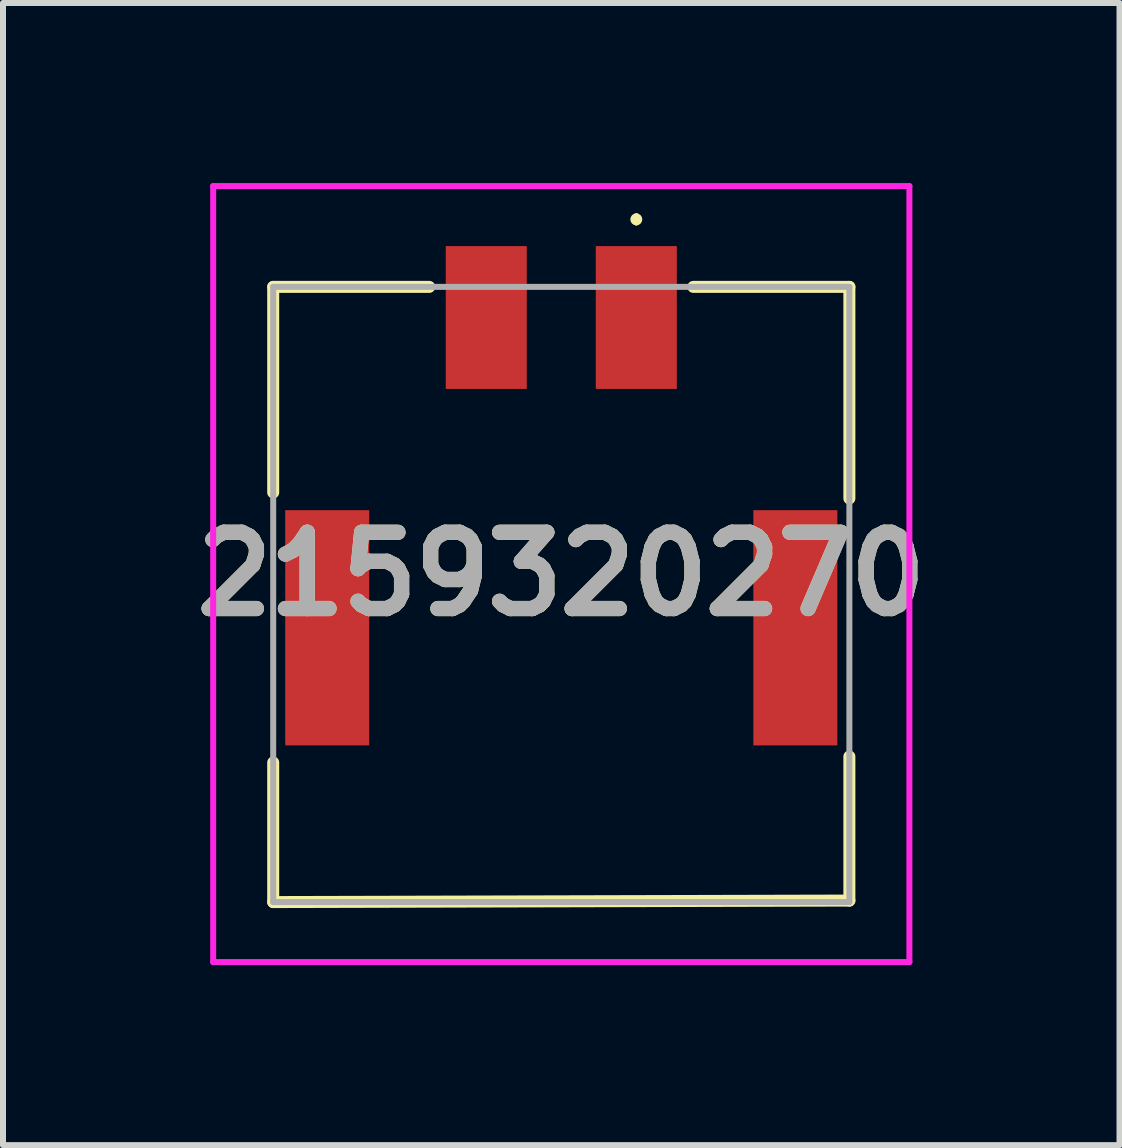
<source format=kicad_pcb>
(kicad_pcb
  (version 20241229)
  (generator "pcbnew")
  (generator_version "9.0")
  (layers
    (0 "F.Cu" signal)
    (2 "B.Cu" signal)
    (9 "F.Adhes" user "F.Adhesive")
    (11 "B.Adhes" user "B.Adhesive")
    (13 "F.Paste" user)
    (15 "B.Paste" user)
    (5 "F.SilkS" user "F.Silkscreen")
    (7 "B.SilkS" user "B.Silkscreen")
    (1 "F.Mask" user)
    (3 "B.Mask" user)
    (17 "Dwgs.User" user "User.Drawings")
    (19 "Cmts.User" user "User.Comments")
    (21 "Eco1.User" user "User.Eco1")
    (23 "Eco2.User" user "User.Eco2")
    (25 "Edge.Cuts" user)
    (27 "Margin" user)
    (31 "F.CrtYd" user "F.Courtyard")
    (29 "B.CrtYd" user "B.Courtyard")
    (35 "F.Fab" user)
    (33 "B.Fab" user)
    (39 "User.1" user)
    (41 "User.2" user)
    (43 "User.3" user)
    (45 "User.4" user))
  (footprint "2159320270"
    (layer "F.Cu")
    (at 6.302 6.855)
    (property "Reference" "2159320270" (at 0 -0.34 0) (layer "F.SilkS") (effects (font (size 1.27 1.27) (thickness 0.254))))
    (attr smd)
    (fp_line (start -4.8 -5.125) (end -4.8 -1.7) (stroke (width 0.2) (type solid)) (layer "F.SilkS"))
    (fp_line (start -4.8 2.8) (end -4.8 5.125) (stroke (width 0.2) (type solid)) (layer "F.SilkS"))
    (fp_line (start -4.8 5.125) (end 4.8 5.1) (stroke (width 0.2) (type solid)) (layer "F.SilkS"))
    (fp_line (start -2.2 -5.125) (end -4.8 -5.125) (stroke (width 0.2) (type solid)) (layer "F.SilkS"))
    (fp_line (start 1.25 -6.3) (end 1.25 -6.3) (stroke (width 0.1) (type solid)) (layer "F.SilkS"))
    (fp_line (start 1.25 -6.2) (end 1.25 -6.2) (stroke (width 0.1) (type solid)) (layer "F.SilkS"))
    (fp_line (start 4.8 -5.125) (end 2.2 -5.125) (stroke (width 0.2) (type solid)) (layer "F.SilkS"))
    (fp_line (start 4.8 -1.6) (end 4.8 -5.125) (stroke (width 0.2) (type solid)) (layer "F.SilkS"))
    (fp_line (start 4.8 5.1) (end 4.8 2.7) (stroke (width 0.2) (type solid)) (layer "F.SilkS"))
    (fp_arc (start 1.25 -6.3) (mid 1.3 -6.25) (end 1.25 -6.2) (stroke (width 0.1) (type solid)) (layer "F.SilkS"))
    (fp_arc (start 1.25 -6.2) (mid 1.2 -6.25) (end 1.25 -6.3) (stroke (width 0.1) (type solid)) (layer "F.SilkS"))
    (fp_line (start -5.8 -6.805) (end 5.8 -6.805) (stroke (width 0.1) (type solid)) (layer "F.CrtYd"))
    (fp_line (start -5.8 6.125) (end -5.8 -6.805) (stroke (width 0.1) (type solid)) (layer "F.CrtYd"))
    (fp_line (start 5.8 -6.805) (end 5.8 6.125) (stroke (width 0.1) (type solid)) (layer "F.CrtYd"))
    (fp_line (start 5.8 6.125) (end -5.8 6.125) (stroke (width 0.1) (type solid)) (layer "F.CrtYd"))
    (fp_line (start -4.8 -5.125) (end 4.8 -5.125) (stroke (width 0.1) (type solid)) (layer "F.Fab"))
    (fp_line (start -4.8 5.125) (end -4.8 -5.125) (stroke (width 0.1) (type solid)) (layer "F.Fab"))
    (fp_line (start 4.8 -5.125) (end 4.8 5.125) (stroke (width 0.1) (type solid)) (layer "F.Fab"))
    (fp_line (start 4.8 5.125) (end -4.8 5.125) (stroke (width 0.1) (type solid)) (layer "F.Fab"))
    (fp_text user "${REFERENCE}" (at 0 -0.34 0) (layer "F.Fab") (effects (font (size 1.27 1.27) (thickness 0.254))))
    (pad "1" smd rect (at 1.25 -4.615) (size 1.35 2.38) (layers "F.Cu" "F.Mask" "F.Paste"))
    (pad "2" smd rect (at -1.25 -4.615) (size 1.35 2.38) (layers "F.Cu" "F.Mask" "F.Paste"))
    (pad "MP1" smd rect (at 3.9 0.555) (size 1.4 3.92) (layers "F.Cu" "F.Mask" "F.Paste"))
    (pad "MP2" smd rect (at -3.9 0.555) (size 1.4 3.92) (layers "F.Cu" "F.Mask" "F.Paste")))
  (gr_rect
    (start -3 -3)
    (end 15.603 16.03)
    (stroke (width 0.1) (type default))
    (fill no)
    (layer "Edge.Cuts")))
</source>
